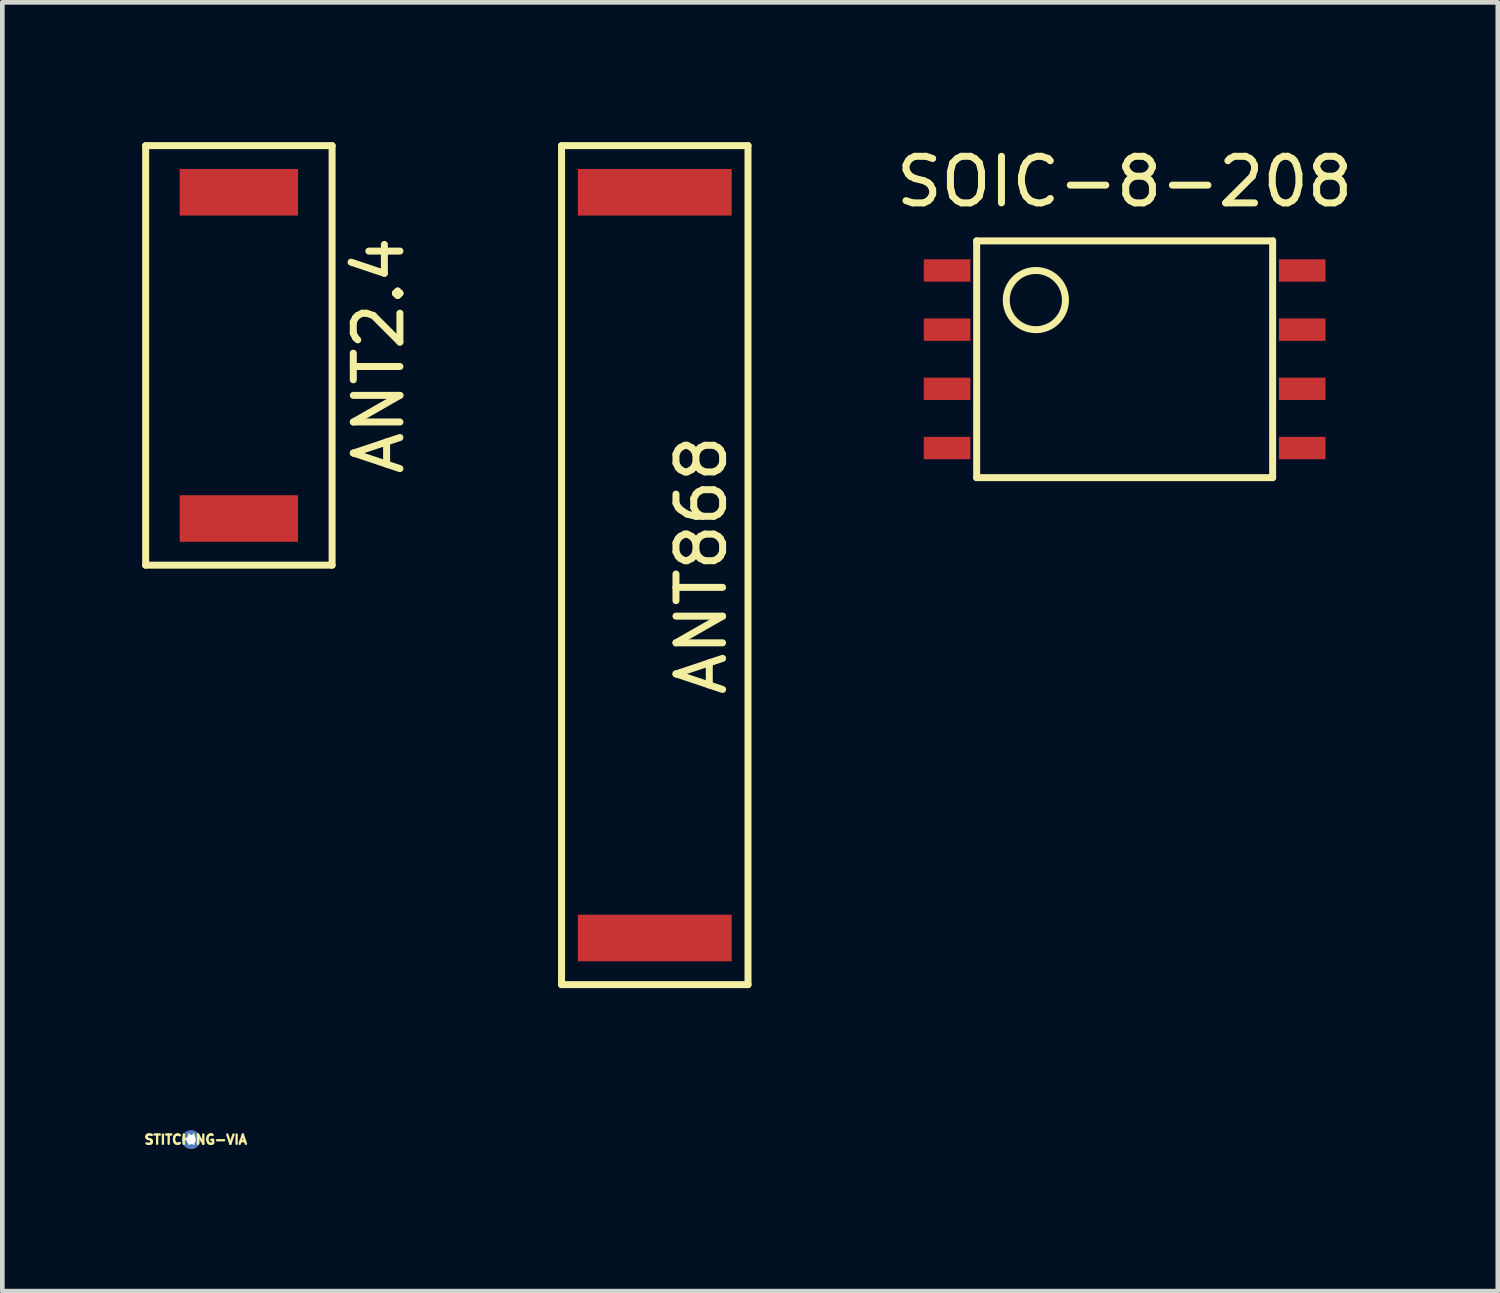
<source format=kicad_pcb>
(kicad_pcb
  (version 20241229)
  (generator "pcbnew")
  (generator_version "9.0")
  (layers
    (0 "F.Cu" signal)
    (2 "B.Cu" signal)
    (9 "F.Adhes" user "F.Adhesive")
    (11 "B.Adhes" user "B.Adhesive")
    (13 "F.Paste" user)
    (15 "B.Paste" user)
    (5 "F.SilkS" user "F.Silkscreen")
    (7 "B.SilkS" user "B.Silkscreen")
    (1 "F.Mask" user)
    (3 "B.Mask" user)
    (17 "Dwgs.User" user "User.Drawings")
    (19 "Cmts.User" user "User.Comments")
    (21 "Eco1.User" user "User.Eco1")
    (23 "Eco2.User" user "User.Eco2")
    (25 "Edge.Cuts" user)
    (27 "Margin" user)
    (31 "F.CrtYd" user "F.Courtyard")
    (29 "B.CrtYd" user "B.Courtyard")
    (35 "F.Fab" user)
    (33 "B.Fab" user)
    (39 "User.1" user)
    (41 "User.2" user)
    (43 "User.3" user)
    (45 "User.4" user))
  (footprint "STITCHING-VIA"
    (layer "F.Cu")
    (at 1.05 21.4)
    (property "Reference" "STITCHING-VIA" (at 0.1 0 0) (layer "F.SilkS") (effects (font (size 0.2 0.2) (thickness 0.05))))
    (attr through_hole)
    (pad "1" thru_hole circle (at 0 0) (size 0.4 0.4) (drill 0.2) (layers "*.Cu")))
  (footprint "ANT2.4"
    (layer "F.Cu")
    (at 2.075 4.575)
    (property "Reference" "ANT2.4" (at 3 0 90) (layer "F.SilkS") (effects (font (size 1 1) (thickness 0.15))))
    (attr through_hole)
    (fp_line (start -2 -4.5) (end 2 -4.5) (stroke (width 0.15) (type solid)) (layer "F.SilkS"))
    (fp_line (start -2 4.5) (end -2 -4.5) (stroke (width 0.15) (type solid)) (layer "F.SilkS"))
    (fp_line (start -2 4.5) (end 2 4.5) (stroke (width 0.15) (type solid)) (layer "F.SilkS"))
    (fp_line (start 2 4.5) (end 2 -4.5) (stroke (width 0.15) (type solid)) (layer "F.SilkS"))
    (pad "1" smd rect (at 0 -3.5) (size 2.54 1) (layers "F.Cu" "F.Mask" "F.Paste"))
    (pad "2" smd rect (at 0 3.5) (size 2.54 1) (layers "F.Cu" "F.Mask" "F.Paste")))
  (footprint "ANT868"
    (layer "F.Cu")
    (at 10.998 9.075)
    (property "Reference" "ANT868" (at 1 0 90) (layer "F.SilkS") (effects (font (size 1 1) (thickness 0.15))))
    (attr through_hole)
    (fp_line (start -2 -9) (end 2 -9) (stroke (width 0.15) (type solid)) (layer "F.SilkS"))
    (fp_line (start -2 9) (end -2 -9) (stroke (width 0.15) (type solid)) (layer "F.SilkS"))
    (fp_line (start 2 -9) (end 2 9) (stroke (width 0.15) (type solid)) (layer "F.SilkS"))
    (fp_line (start 2 9) (end -2 9) (stroke (width 0.15) (type solid)) (layer "F.SilkS"))
    (pad "1" smd rect (at 0 -8) (size 3.3 1) (layers "F.Cu" "F.Mask" "F.Paste"))
    (pad "2" smd rect (at 0 8) (size 3.3 1) (layers "F.Cu" "F.Mask" "F.Paste")))
  (footprint "SOIC-8-208"
    (layer "F.Cu")
    (at 21.079 4.658)
    (property "Reference" "SOIC-8-208" (at 0 -3.81 0) (layer "F.SilkS") (effects (font (size 1 1) (thickness 0.15))))
    (attr through_hole)
    (fp_line (start -3.175 -2.54) (end -3.175 2.54) (stroke (width 0.15) (type solid)) (layer "F.SilkS"))
    (fp_line (start -3.175 2.54) (end 3.175 2.54) (stroke (width 0.15) (type solid)) (layer "F.SilkS"))
    (fp_line (start 3.175 -2.54) (end -3.175 -2.54) (stroke (width 0.15) (type solid)) (layer "F.SilkS"))
    (fp_line (start 3.175 2.54) (end 3.175 -2.54) (stroke (width 0.15) (type solid)) (layer "F.SilkS"))
    (fp_circle (center -1.905 -1.27) (end -1.27 -1.27) (stroke (width 0.15) (type solid)) (fill no) (layer "F.SilkS"))
    (pad "1" smd rect (at -3.81 -1.905) (size 1 0.48) (layers "F.Cu" "F.Mask" "F.Paste"))
    (pad "2" smd rect (at -3.81 -0.635) (size 1 0.48) (layers "F.Cu" "F.Mask" "F.Paste"))
    (pad "3" smd rect (at -3.81 0.635) (size 1 0.48) (layers "F.Cu" "F.Mask" "F.Paste"))
    (pad "4" smd rect (at -3.81 1.905) (size 1 0.48) (layers "F.Cu" "F.Mask" "F.Paste"))
    (pad "5" smd rect (at 3.81 1.905) (size 1 0.48) (layers "F.Cu" "F.Mask" "F.Paste"))
    (pad "6" smd rect (at 3.81 0.635) (size 1 0.48) (layers "F.Cu" "F.Mask" "F.Paste"))
    (pad "7" smd rect (at 3.81 -0.635) (size 1 0.48) (layers "F.Cu" "F.Mask" "F.Paste"))
    (pad "8" smd rect (at 3.81 -1.905) (size 1 0.48) (layers "F.Cu" "F.Mask" "F.Paste")))
  (gr_rect
    (start -3 -3)
    (end 29.085 24.65)
    (stroke (width 0.1) (type default))
    (fill no)
    (layer "Edge.Cuts")))
</source>
